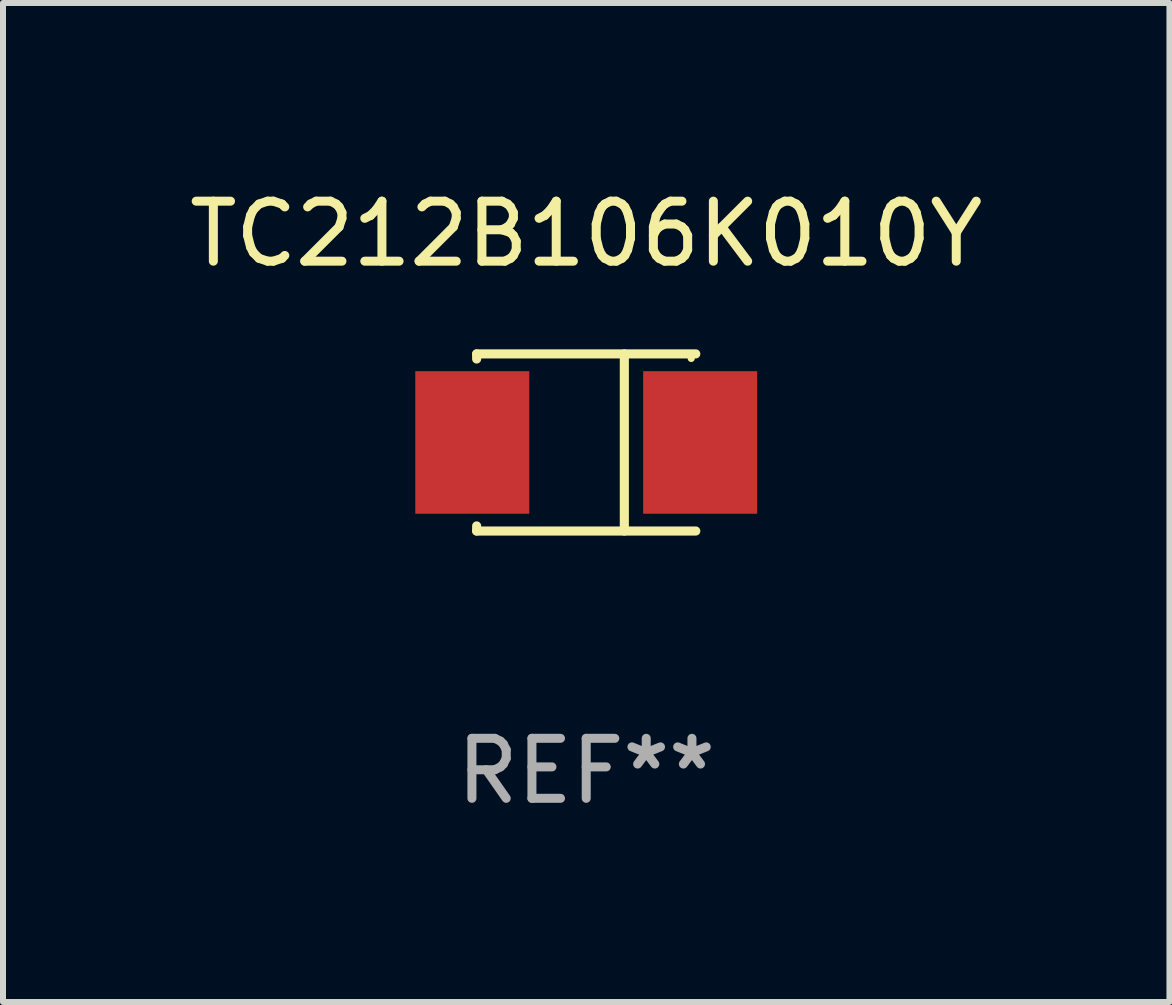
<source format=kicad_pcb>
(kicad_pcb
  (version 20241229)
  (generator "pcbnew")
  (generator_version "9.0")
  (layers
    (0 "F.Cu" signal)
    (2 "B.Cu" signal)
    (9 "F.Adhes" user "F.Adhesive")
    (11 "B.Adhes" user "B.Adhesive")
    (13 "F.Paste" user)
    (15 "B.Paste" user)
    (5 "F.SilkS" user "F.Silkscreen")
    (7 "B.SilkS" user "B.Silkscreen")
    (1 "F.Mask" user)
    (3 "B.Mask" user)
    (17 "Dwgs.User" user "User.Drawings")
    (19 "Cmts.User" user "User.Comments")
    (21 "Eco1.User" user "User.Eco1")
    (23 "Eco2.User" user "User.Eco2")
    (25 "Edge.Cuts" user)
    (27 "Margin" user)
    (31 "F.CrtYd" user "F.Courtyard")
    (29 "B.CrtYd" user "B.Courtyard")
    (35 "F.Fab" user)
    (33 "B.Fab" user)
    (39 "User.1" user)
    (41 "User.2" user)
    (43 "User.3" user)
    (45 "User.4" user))
  (footprint "TC212B106K010Y"
    (layer "F.Cu")
    (at 6.72 4.324)
    (property "Reference" "TC212B106K010Y" (at 0 -3.476 0) (layer "F.SilkS") (effects (font (size 1 1) (thickness 0.15))))
    (attr through_hole)
    (fp_line (start -1.826 -1.476) (end -1.826 -1.391) (stroke (width 0.152) (type solid)) (layer "F.SilkS"))
    (fp_line (start -1.826 -1.476) (end 1.826 -1.476) (stroke (width 0.152) (type solid)) (layer "F.SilkS"))
    (fp_line (start -1.826 1.476) (end -1.826 1.391) (stroke (width 0.152) (type solid)) (layer "F.SilkS"))
    (fp_line (start -1.826 1.476) (end 1.826 1.476) (stroke (width 0.152) (type solid)) (layer "F.SilkS"))
    (fp_line (start 0.635 -1.476) (end 0.635 1.476) (stroke (width 0.152) (type solid)) (layer "F.SilkS"))
    (fp_circle (center 1.75 -1.4) (end 1.78 -1.4) (stroke (width 0.06) (type solid)) (fill no) (layer "F.SilkS"))
    (fp_text user "REF**" (at 0 5.476 0) (layer "F.Fab") (effects (font (size 1 1) (thickness 0.15))))
    (pad "1" smd rect (at 1.899 0) (size 1.9 2.376) (layers "F.Cu" "F.Mask" "F.Paste"))
    (pad "2" smd rect (at -1.899 0) (size 1.9 2.376) (layers "F.Cu" "F.Mask" "F.Paste")))
  (gr_rect
    (start -3 -3)
    (end 16.44 13.649)
    (stroke (width 0.1) (type default))
    (fill no)
    (layer "Edge.Cuts")))
</source>
